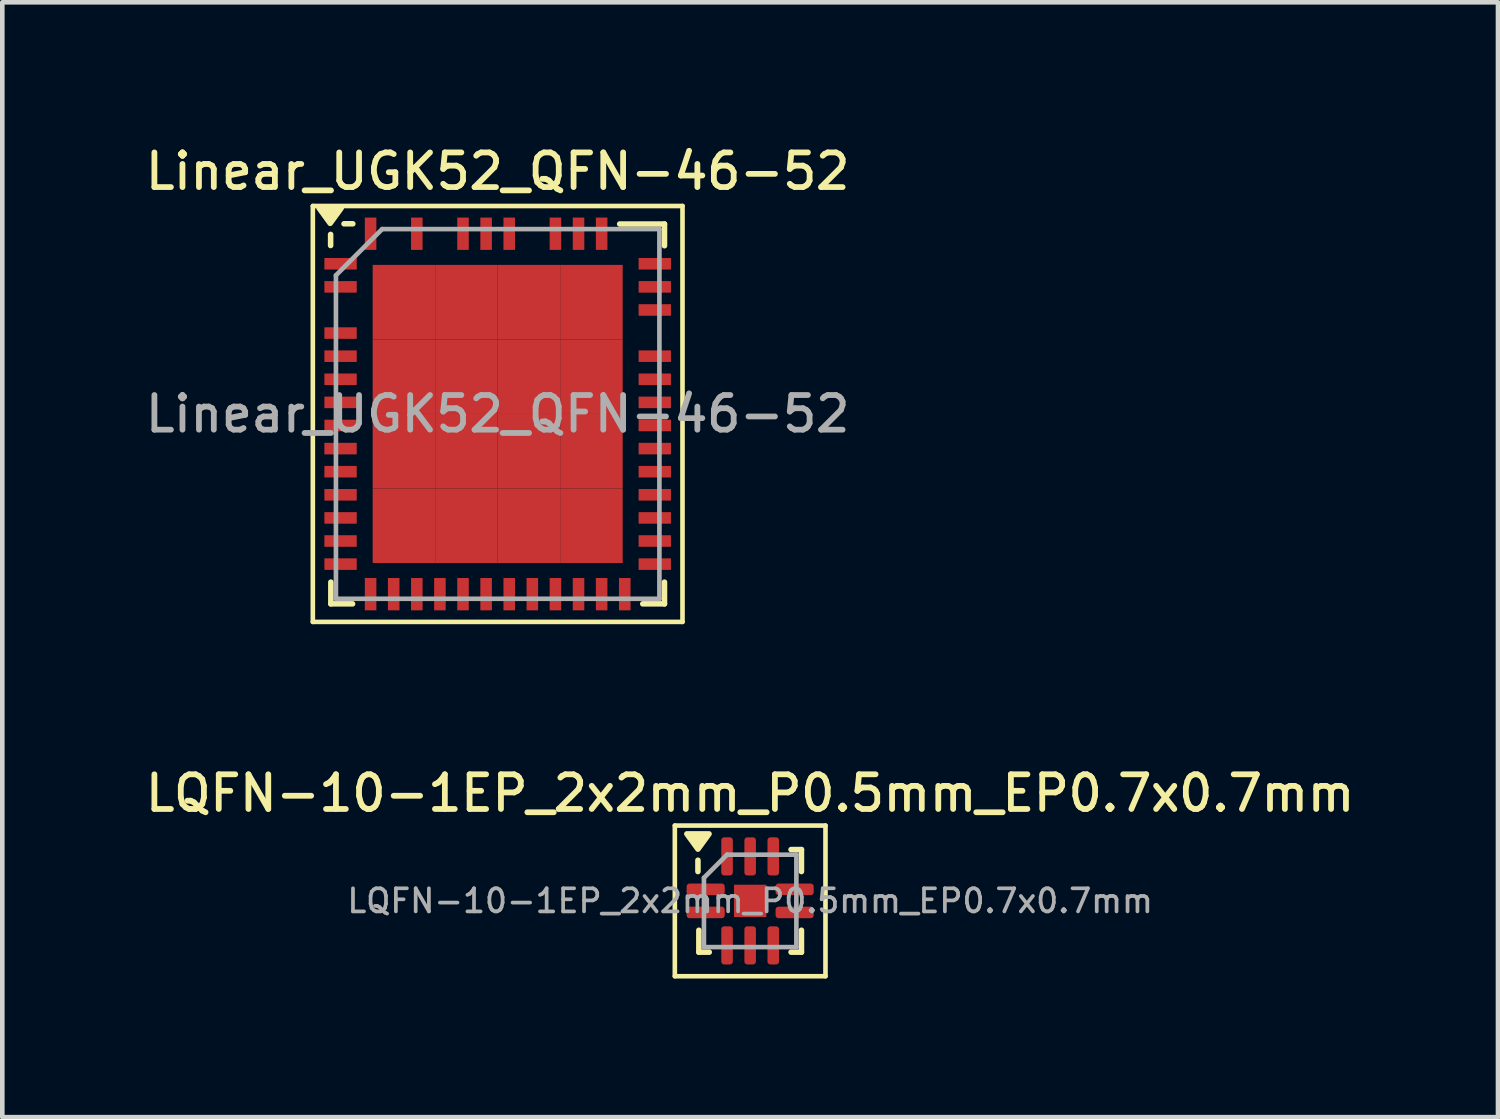
<source format=kicad_pcb>
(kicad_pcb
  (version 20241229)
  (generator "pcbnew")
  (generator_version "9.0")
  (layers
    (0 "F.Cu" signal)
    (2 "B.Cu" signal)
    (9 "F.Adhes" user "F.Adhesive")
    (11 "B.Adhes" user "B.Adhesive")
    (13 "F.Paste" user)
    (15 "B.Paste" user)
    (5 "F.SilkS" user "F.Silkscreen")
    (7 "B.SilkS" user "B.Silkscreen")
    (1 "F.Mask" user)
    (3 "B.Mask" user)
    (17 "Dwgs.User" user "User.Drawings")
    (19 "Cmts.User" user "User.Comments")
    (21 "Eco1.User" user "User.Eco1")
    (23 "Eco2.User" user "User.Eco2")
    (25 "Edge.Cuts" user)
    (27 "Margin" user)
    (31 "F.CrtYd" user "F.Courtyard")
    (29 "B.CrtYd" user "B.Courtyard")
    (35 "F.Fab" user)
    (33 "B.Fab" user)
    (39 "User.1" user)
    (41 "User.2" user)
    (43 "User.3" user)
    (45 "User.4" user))
  (footprint "Linear_UGK52_QFN-46-52"
    (layer "F.Cu")
    (at 7.72 5.908)
    (property "Reference" "Linear_UGK52_QFN-46-52" (at 0 -5.25 0) (layer "F.SilkS") (effects (font (size 0.75 0.75) (thickness 0.125))))
    (attr smd)
    (fp_line (start -4 -4.5) (end -4 4.5) (stroke (width 0.1) (type solid)) (layer "F.SilkS"))
    (fp_line (start -4 -4.5) (end 4 -4.5) (stroke (width 0.1) (type solid)) (layer "F.SilkS"))
    (fp_line (start -4 4.5) (end 4 4.5) (stroke (width 0.1) (type solid)) (layer "F.SilkS"))
    (fp_line (start -3.615 -3.885) (end -3.615 -3.645) (stroke (width 0.12) (type solid)) (layer "F.SilkS"))
    (fp_line (start -3.61 4.11) (end -3.61 3.64) (stroke (width 0.12) (type solid)) (layer "F.SilkS"))
    (fp_line (start -3.61 4.11) (end -3.14 4.11) (stroke (width 0.12) (type solid)) (layer "F.SilkS"))
    (fp_line (start -3.135 -4.115) (end -3.325 -4.115) (stroke (width 0.12) (type solid)) (layer "F.SilkS"))
    (fp_line (start 3.61 -4.11) (end 2.64 -4.11) (stroke (width 0.12) (type solid)) (layer "F.SilkS"))
    (fp_line (start 3.61 -4.11) (end 3.61 -3.64) (stroke (width 0.12) (type solid)) (layer "F.SilkS"))
    (fp_line (start 3.61 4.11) (end 3.14 4.11) (stroke (width 0.12) (type solid)) (layer "F.SilkS"))
    (fp_line (start 3.61 4.11) (end 3.61 3.64) (stroke (width 0.12) (type solid)) (layer "F.SilkS"))
    (fp_line (start 4 -4.5) (end 4 4.5) (stroke (width 0.1) (type solid)) (layer "F.SilkS"))
    (fp_poly (pts (xy -3.625 -4.125) (xy -3.865 -4.455) (xy -3.385 -4.455) (xy -3.625 -4.125)) (stroke (width 0.12) (type solid)) (fill yes) (layer "F.SilkS"))
    (fp_line (start -3.5 -3) (end -2.5 -4) (stroke (width 0.1) (type solid)) (layer "F.Fab"))
    (fp_line (start -3.5 4) (end -3.5 -3) (stroke (width 0.1) (type solid)) (layer "F.Fab"))
    (fp_line (start -2.5 -4) (end 3.5 -4) (stroke (width 0.1) (type solid)) (layer "F.Fab"))
    (fp_line (start 3.5 -4) (end 3.5 4) (stroke (width 0.1) (type solid)) (layer "F.Fab"))
    (fp_line (start 3.5 4) (end -3.5 4) (stroke (width 0.1) (type solid)) (layer "F.Fab"))
    (fp_text user "${REFERENCE}" (at 0 0 0) (layer "F.Fab") (effects (font (size 0.75 0.75) (thickness 0.125))))
    (pad "1" smd rect (at -3.4 -3.25) (size 0.7 0.25) (layers "F.Cu" "F.Mask" "F.Paste"))
    (pad "2" smd rect (at -3.4 -2.75) (size 0.7 0.25) (layers "F.Cu" "F.Mask" "F.Paste"))
    (pad "4" smd rect (at -3.4 -1.75) (size 0.7 0.25) (layers "F.Cu" "F.Mask" "F.Paste"))
    (pad "5" smd rect (at -3.4 -1.25) (size 0.7 0.25) (layers "F.Cu" "F.Mask" "F.Paste"))
    (pad "6" smd rect (at -3.4 -0.75) (size 0.7 0.25) (layers "F.Cu" "F.Mask" "F.Paste"))
    (pad "7" smd rect (at -3.4 -0.25) (size 0.7 0.25) (layers "F.Cu" "F.Mask" "F.Paste"))
    (pad "8" smd rect (at -3.4 0.25) (size 0.7 0.25) (layers "F.Cu" "F.Mask" "F.Paste"))
    (pad "9" smd rect (at -3.4 0.75) (size 0.7 0.25) (layers "F.Cu" "F.Mask" "F.Paste"))
    (pad "10" smd rect (at -3.4 1.25) (size 0.7 0.25) (layers "F.Cu" "F.Mask" "F.Paste"))
    (pad "11" smd rect (at -3.4 1.75) (size 0.7 0.25) (layers "F.Cu" "F.Mask" "F.Paste"))
    (pad "12" smd rect (at -3.4 2.25) (size 0.7 0.25) (layers "F.Cu" "F.Mask" "F.Paste"))
    (pad "13" smd rect (at -3.4 2.75) (size 0.7 0.25) (layers "F.Cu" "F.Mask" "F.Paste"))
    (pad "14" smd rect (at -3.4 3.25) (size 0.7 0.25) (layers "F.Cu" "F.Mask" "F.Paste"))
    (pad "15" smd rect (at -2.75 3.9 90) (size 0.7 0.25) (layers "F.Cu" "F.Mask" "F.Paste"))
    (pad "16" smd rect (at -2.25 3.9 90) (size 0.7 0.25) (layers "F.Cu" "F.Mask" "F.Paste"))
    (pad "17" smd rect (at -1.75 3.9 90) (size 0.7 0.25) (layers "F.Cu" "F.Mask" "F.Paste"))
    (pad "18" smd rect (at -1.25 3.9 90) (size 0.7 0.25) (layers "F.Cu" "F.Mask" "F.Paste"))
    (pad "19" smd rect (at -0.75 3.9 90) (size 0.7 0.25) (layers "F.Cu" "F.Mask" "F.Paste"))
    (pad "20" smd rect (at -0.25 3.9 90) (size 0.7 0.25) (layers "F.Cu" "F.Mask" "F.Paste"))
    (pad "21" smd rect (at 0.25 3.9 90) (size 0.7 0.25) (layers "F.Cu" "F.Mask" "F.Paste"))
    (pad "22" smd rect (at 0.75 3.9 90) (size 0.7 0.25) (layers "F.Cu" "F.Mask" "F.Paste"))
    (pad "23" smd rect (at 1.25 3.9 90) (size 0.7 0.25) (layers "F.Cu" "F.Mask" "F.Paste"))
    (pad "24" smd rect (at 1.75 3.9 90) (size 0.7 0.25) (layers "F.Cu" "F.Mask" "F.Paste"))
    (pad "25" smd rect (at 2.25 3.9 90) (size 0.7 0.25) (layers "F.Cu" "F.Mask" "F.Paste"))
    (pad "26" smd rect (at 2.75 3.9 90) (size 0.7 0.25) (layers "F.Cu" "F.Mask" "F.Paste"))
    (pad "27" smd rect (at 3.4 3.25) (size 0.7 0.25) (layers "F.Cu" "F.Mask" "F.Paste"))
    (pad "28" smd rect (at 3.4 2.75) (size 0.7 0.25) (layers "F.Cu" "F.Mask" "F.Paste"))
    (pad "29" smd rect (at 3.4 2.25) (size 0.7 0.25) (layers "F.Cu" "F.Mask" "F.Paste"))
    (pad "30" smd rect (at 3.4 1.75) (size 0.7 0.25) (layers "F.Cu" "F.Mask" "F.Paste"))
    (pad "31" smd rect (at 3.4 1.25) (size 0.7 0.25) (layers "F.Cu" "F.Mask" "F.Paste"))
    (pad "32" smd rect (at 3.4 0.75) (size 0.7 0.25) (layers "F.Cu" "F.Mask" "F.Paste"))
    (pad "33" smd rect (at 3.4 0.25) (size 0.7 0.25) (layers "F.Cu" "F.Mask" "F.Paste"))
    (pad "34" smd rect (at 3.4 -0.25) (size 0.7 0.25) (layers "F.Cu" "F.Mask" "F.Paste"))
    (pad "35" smd rect (at 3.4 -0.75) (size 0.7 0.25) (layers "F.Cu" "F.Mask" "F.Paste"))
    (pad "36" smd rect (at 3.4 -1.25) (size 0.7 0.25) (layers "F.Cu" "F.Mask" "F.Paste"))
    (pad "38" smd rect (at 3.4 -2.25) (size 0.7 0.25) (layers "F.Cu" "F.Mask" "F.Paste"))
    (pad "39" smd rect (at 3.4 -2.75) (size 0.7 0.25) (layers "F.Cu" "F.Mask" "F.Paste"))
    (pad "40" smd rect (at 3.4 -3.25) (size 0.7 0.25) (layers "F.Cu" "F.Mask" "F.Paste"))
    (pad "42" smd rect (at 2.25 -3.9 90) (size 0.7 0.25) (layers "F.Cu" "F.Mask" "F.Paste"))
    (pad "43" smd rect (at 1.75 -3.9 90) (size 0.7 0.25) (layers "F.Cu" "F.Mask" "F.Paste"))
    (pad "44" smd rect (at 1.25 -3.9 90) (size 0.7 0.25) (layers "F.Cu" "F.Mask" "F.Paste"))
    (pad "46" smd rect (at 0.25 -3.9 90) (size 0.7 0.25) (layers "F.Cu" "F.Mask" "F.Paste"))
    (pad "47" smd rect (at -0.25 -3.9 90) (size 0.7 0.25) (layers "F.Cu" "F.Mask" "F.Paste"))
    (pad "48" smd rect (at -0.75 -3.9 90) (size 0.7 0.25) (layers "F.Cu" "F.Mask" "F.Paste"))
    (pad "50" smd rect (at -1.75 -3.9 90) (size 0.7 0.25) (layers "F.Cu" "F.Mask" "F.Paste"))
    (pad "52" smd rect (at -2.75 -3.9 90) (size 0.7 0.25) (layers "F.Cu" "F.Mask" "F.Paste"))
    (pad "53" smd rect (at -2.029 -2.419) (size 1.353 1.613) (layers "F.Cu" "F.Mask" "F.Paste"))
    (pad "53" smd rect (at -2.029 -0.806) (size 1.353 1.613) (layers "F.Cu" "F.Mask" "F.Paste"))
    (pad "53" smd rect (at -2.029 0.806) (size 1.353 1.613) (layers "F.Cu" "F.Mask" "F.Paste"))
    (pad "53" smd rect (at -2.029 2.419) (size 1.353 1.613) (layers "F.Cu" "F.Mask" "F.Paste"))
    (pad "53" smd rect (at -0.676 -2.419) (size 1.353 1.613) (layers "F.Cu" "F.Mask" "F.Paste"))
    (pad "53" smd rect (at -0.676 -0.806) (size 1.353 1.613) (layers "F.Cu" "F.Mask" "F.Paste"))
    (pad "53" smd rect (at -0.676 0.806) (size 1.353 1.613) (layers "F.Cu" "F.Mask" "F.Paste"))
    (pad "53" smd rect (at -0.676 2.419) (size 1.353 1.613) (layers "F.Cu" "F.Mask" "F.Paste"))
    (pad "53" smd rect (at 0.676 -2.419) (size 1.353 1.613) (layers "F.Cu" "F.Mask" "F.Paste"))
    (pad "53" smd rect (at 0.676 -0.806) (size 1.353 1.613) (layers "F.Cu" "F.Mask" "F.Paste"))
    (pad "53" smd rect (at 0.676 0.806) (size 1.353 1.613) (layers "F.Cu" "F.Mask" "F.Paste"))
    (pad "53" smd rect (at 0.676 2.419) (size 1.353 1.613) (layers "F.Cu" "F.Mask" "F.Paste"))
    (pad "53" smd rect (at 2.029 -2.419) (size 1.353 1.613) (layers "F.Cu" "F.Mask" "F.Paste"))
    (pad "53" smd rect (at 2.029 -0.806) (size 1.353 1.613) (layers "F.Cu" "F.Mask" "F.Paste"))
    (pad "53" smd rect (at 2.029 0.806) (size 1.353 1.613) (layers "F.Cu" "F.Mask" "F.Paste"))
    (pad "53" smd rect (at 2.029 2.419) (size 1.353 1.613) (layers "F.Cu" "F.Mask" "F.Paste")))
  (footprint "LQFN-10-1EP_2x2mm_P0.5mm_EP0.7x0.7mm"
    (layer "F.Cu")
    (at 13.184 16.446)
    (property "Reference" "LQFN-10-1EP_2x2mm_P0.5mm_EP0.7x0.7mm" (at 0 -2.33 0) (layer "F.SilkS") (effects (font (size 0.75 0.75) (thickness 0.125))))
    (attr smd)
    (fp_line (start -1.63 -1.63) (end -1.63 1.63) (stroke (width 0.1) (type solid)) (layer "F.SilkS"))
    (fp_line (start -1.63 1.63) (end 1.63 1.63) (stroke (width 0.1) (type solid)) (layer "F.SilkS"))
    (fp_line (start -1.13 -0.635) (end -1.13 -0.88) (stroke (width 0.12) (type solid)) (layer "F.SilkS"))
    (fp_line (start -1.11 1.11) (end -1.11 0.635) (stroke (width 0.12) (type solid)) (layer "F.SilkS"))
    (fp_line (start -0.885 1.11) (end -1.11 1.11) (stroke (width 0.12) (type solid)) (layer "F.SilkS"))
    (fp_line (start 0.885 -1.11) (end 1.11 -1.11) (stroke (width 0.12) (type solid)) (layer "F.SilkS"))
    (fp_line (start 0.885 1.11) (end 1.11 1.11) (stroke (width 0.12) (type solid)) (layer "F.SilkS"))
    (fp_line (start 1.11 -1.11) (end 1.11 -0.635) (stroke (width 0.12) (type solid)) (layer "F.SilkS"))
    (fp_line (start 1.11 1.11) (end 1.11 0.635) (stroke (width 0.12) (type solid)) (layer "F.SilkS"))
    (fp_line (start 1.63 -1.63) (end -1.63 -1.63) (stroke (width 0.1) (type solid)) (layer "F.SilkS"))
    (fp_line (start 1.63 1.63) (end 1.63 -1.63) (stroke (width 0.1) (type solid)) (layer "F.SilkS"))
    (fp_poly (pts (xy -1.13 -1.12) (xy -1.37 -1.45) (xy -0.89 -1.45) (xy -1.13 -1.12)) (stroke (width 0.12) (type solid)) (fill yes) (layer "F.SilkS"))
    (fp_line (start -1 -0.5) (end -0.5 -1) (stroke (width 0.1) (type solid)) (layer "F.Fab"))
    (fp_line (start -1 1) (end -1 -0.5) (stroke (width 0.1) (type solid)) (layer "F.Fab"))
    (fp_line (start -0.5 -1) (end 1 -1) (stroke (width 0.1) (type solid)) (layer "F.Fab"))
    (fp_line (start 1 -1) (end 1 1) (stroke (width 0.1) (type solid)) (layer "F.Fab"))
    (fp_line (start 1 1) (end -1 1) (stroke (width 0.1) (type solid)) (layer "F.Fab"))
    (fp_text user "${REFERENCE}" (at 0 0 0) (layer "F.Fab") (effects (font (size 0.5 0.5) (thickness 0.08))))
    (pad "" smd roundrect (at 0 0) (size 0.56 0.56) (layers "F.Paste") (roundrect_rratio 0.25))
    (pad "1" smd roundrect (at -0.963 -0.25) (size 0.825 0.25) (layers "F.Cu" "F.Mask" "F.Paste") (roundrect_rratio 0.25))
    (pad "2" smd roundrect (at -0.963 0.25) (size 0.825 0.25) (layers "F.Cu" "F.Mask" "F.Paste") (roundrect_rratio 0.25))
    (pad "3" smd roundrect (at -0.5 0.963) (size 0.25 0.825) (layers "F.Cu" "F.Mask" "F.Paste") (roundrect_rratio 0.25))
    (pad "4" smd roundrect (at 0 0.963) (size 0.25 0.825) (layers "F.Cu" "F.Mask" "F.Paste") (roundrect_rratio 0.25))
    (pad "5" smd roundrect (at 0.5 0.963) (size 0.25 0.825) (layers "F.Cu" "F.Mask" "F.Paste") (roundrect_rratio 0.25))
    (pad "6" smd roundrect (at 0.963 0.25) (size 0.825 0.25) (layers "F.Cu" "F.Mask" "F.Paste") (roundrect_rratio 0.25))
    (pad "7" smd roundrect (at 0.963 -0.25) (size 0.825 0.25) (layers "F.Cu" "F.Mask" "F.Paste") (roundrect_rratio 0.25))
    (pad "8" smd roundrect (at 0.5 -0.963) (size 0.25 0.825) (layers "F.Cu" "F.Mask" "F.Paste") (roundrect_rratio 0.25))
    (pad "9" smd roundrect (at 0 -0.963) (size 0.25 0.825) (layers "F.Cu" "F.Mask" "F.Paste") (roundrect_rratio 0.25))
    (pad "10" smd roundrect (at -0.5 -0.963) (size 0.25 0.825) (layers "F.Cu" "F.Mask" "F.Paste") (roundrect_rratio 0.25))
    (pad "11" smd rect (at 0 0) (size 0.7 0.7) (property pad_prop_heatsink) (layers "F.Cu" "F.Mask")))
  (gr_rect
    (start -3 -3)
    (end 29.368 21.126)
    (stroke (width 0.1) (type default))
    (fill no)
    (layer "Edge.Cuts")))
</source>
